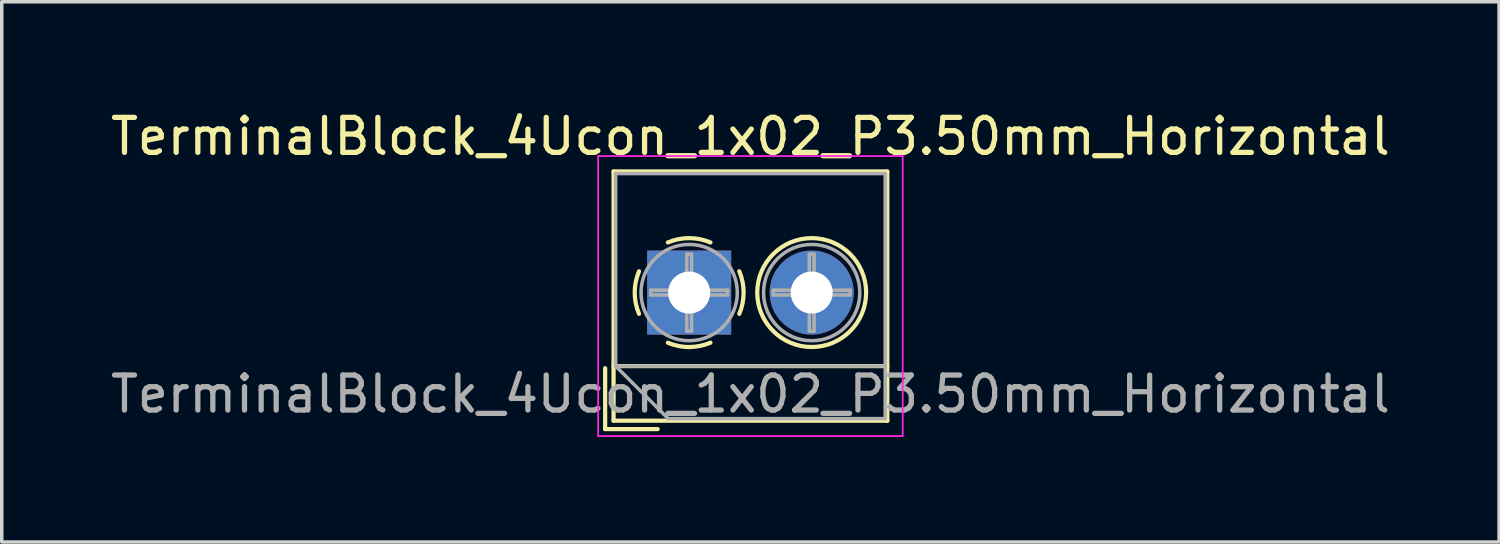
<source format=kicad_pcb>
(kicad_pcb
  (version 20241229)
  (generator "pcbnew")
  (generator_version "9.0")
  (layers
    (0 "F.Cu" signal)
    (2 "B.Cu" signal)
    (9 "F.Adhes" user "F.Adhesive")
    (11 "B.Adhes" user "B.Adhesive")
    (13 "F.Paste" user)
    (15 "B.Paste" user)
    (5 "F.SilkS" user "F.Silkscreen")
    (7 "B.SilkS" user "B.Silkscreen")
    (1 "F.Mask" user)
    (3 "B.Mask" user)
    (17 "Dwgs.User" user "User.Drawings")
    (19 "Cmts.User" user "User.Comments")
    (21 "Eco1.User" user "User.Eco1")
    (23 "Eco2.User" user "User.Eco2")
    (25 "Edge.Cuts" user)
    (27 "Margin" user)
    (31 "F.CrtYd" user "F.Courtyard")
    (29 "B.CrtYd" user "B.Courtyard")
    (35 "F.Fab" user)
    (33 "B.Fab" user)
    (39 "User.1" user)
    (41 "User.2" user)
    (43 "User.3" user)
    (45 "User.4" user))
  (footprint "TerminalBlock_4Ucon_1x02_P3.50mm_Horizontal"
    (layer "F.Cu")
    (at 16.637 5.308)
    (property "Reference" "TerminalBlock_4Ucon_1x02_P3.50mm_Horizontal" (at 1.75 -4.46 0) (layer "F.SilkS") (effects (font (size 1 1) (thickness 0.15))))
    (attr through_hole)
    (fp_line (start -2.4 2.16) (end -2.4 3.9) (stroke (width 0.12) (type solid)) (layer "F.SilkS"))
    (fp_line (start -2.4 3.9) (end -0.9 3.9) (stroke (width 0.12) (type solid)) (layer "F.SilkS"))
    (fp_line (start -2.16 -3.46) (end -2.16 3.66) (stroke (width 0.12) (type solid)) (layer "F.SilkS"))
    (fp_line (start -2.16 -3.46) (end 5.66 -3.46) (stroke (width 0.12) (type solid)) (layer "F.SilkS"))
    (fp_line (start -2.16 2.1) (end 5.66 2.1) (stroke (width 0.12) (type solid)) (layer "F.SilkS"))
    (fp_line (start -2.16 3.66) (end 5.66 3.66) (stroke (width 0.12) (type solid)) (layer "F.SilkS"))
    (fp_line (start 5.66 -3.46) (end 5.66 3.66) (stroke (width 0.12) (type solid)) (layer "F.SilkS"))
    (fp_arc (start -1.432109 0.607742) (mid -1.555727 -0.00014) (end -1.432 -0.608) (stroke (width 0.12) (type solid)) (layer "F.SilkS"))
    (fp_arc (start -0.607742 -1.432109) (mid 0.00014 -1.555727) (end 0.608 -1.432) (stroke (width 0.12) (type solid)) (layer "F.SilkS"))
    (fp_arc (start 0.027011 1.555493) (mid -0.296984 1.527118) (end -0.608 1.432) (stroke (width 0.12) (type solid)) (layer "F.SilkS"))
    (fp_arc (start 0.607587 1.431385) (mid 0.310017 1.523783) (end 0 1.555) (stroke (width 0.12) (type solid)) (layer "F.SilkS"))
    (fp_arc (start 1.432109 -0.607742) (mid 1.555727 0.00014) (end 1.432 0.608) (stroke (width 0.12) (type solid)) (layer "F.SilkS"))
    (fp_circle (center 3.5 0) (end 5.055 0) (stroke (width 0.12) (type solid)) (fill no) (layer "F.SilkS"))
    (fp_line (start -2.6 -3.9) (end -2.6 4.1) (stroke (width 0.05) (type solid)) (layer "F.CrtYd"))
    (fp_line (start -2.6 4.1) (end 6.1 4.1) (stroke (width 0.05) (type solid)) (layer "F.CrtYd"))
    (fp_line (start 6.1 -3.9) (end -2.6 -3.9) (stroke (width 0.05) (type solid)) (layer "F.CrtYd"))
    (fp_line (start 6.1 4.1) (end 6.1 -3.9) (stroke (width 0.05) (type solid)) (layer "F.CrtYd"))
    (fp_line (start -2.1 -3.4) (end 5.6 -3.4) (stroke (width 0.1) (type solid)) (layer "F.Fab"))
    (fp_line (start -2.1 2.1) (end -2.1 -3.4) (stroke (width 0.1) (type solid)) (layer "F.Fab"))
    (fp_line (start -2.1 2.1) (end 5.6 2.1) (stroke (width 0.1) (type solid)) (layer "F.Fab"))
    (fp_line (start -1.1 -0.069) (end -0.069 -0.069) (stroke (width 0.1) (type solid)) (layer "F.Fab"))
    (fp_line (start -1.1 0.069) (end -1.1 -0.069) (stroke (width 0.1) (type solid)) (layer "F.Fab"))
    (fp_line (start -0.6 3.6) (end -2.1 2.1) (stroke (width 0.1) (type solid)) (layer "F.Fab"))
    (fp_line (start -0.069 -1.1) (end 0.069 -1.1) (stroke (width 0.1) (type solid)) (layer "F.Fab"))
    (fp_line (start -0.069 -0.069) (end -0.069 -1.1) (stroke (width 0.1) (type solid)) (layer "F.Fab"))
    (fp_line (start -0.069 0.069) (end -1.1 0.069) (stroke (width 0.1) (type solid)) (layer "F.Fab"))
    (fp_line (start -0.069 1.1) (end -0.069 0.069) (stroke (width 0.1) (type solid)) (layer "F.Fab"))
    (fp_line (start 0.069 -1.1) (end 0.069 -0.069) (stroke (width 0.1) (type solid)) (layer "F.Fab"))
    (fp_line (start 0.069 -0.069) (end 1.1 -0.069) (stroke (width 0.1) (type solid)) (layer "F.Fab"))
    (fp_line (start 0.069 0.069) (end 0.069 1.1) (stroke (width 0.1) (type solid)) (layer "F.Fab"))
    (fp_line (start 0.069 1.1) (end -0.069 1.1) (stroke (width 0.1) (type solid)) (layer "F.Fab"))
    (fp_line (start 1.1 -0.069) (end 1.1 0.069) (stroke (width 0.1) (type solid)) (layer "F.Fab"))
    (fp_line (start 1.1 0.069) (end 0.069 0.069) (stroke (width 0.1) (type solid)) (layer "F.Fab"))
    (fp_line (start 2.4 -0.069) (end 3.431 -0.069) (stroke (width 0.1) (type solid)) (layer "F.Fab"))
    (fp_line (start 2.4 0.069) (end 2.4 -0.069) (stroke (width 0.1) (type solid)) (layer "F.Fab"))
    (fp_line (start 3.431 -1.1) (end 3.569 -1.1) (stroke (width 0.1) (type solid)) (layer "F.Fab"))
    (fp_line (start 3.431 -0.069) (end 3.431 -1.1) (stroke (width 0.1) (type solid)) (layer "F.Fab"))
    (fp_line (start 3.431 0.069) (end 2.4 0.069) (stroke (width 0.1) (type solid)) (layer "F.Fab"))
    (fp_line (start 3.431 1.1) (end 3.431 0.069) (stroke (width 0.1) (type solid)) (layer "F.Fab"))
    (fp_line (start 3.569 -1.1) (end 3.569 -0.069) (stroke (width 0.1) (type solid)) (layer "F.Fab"))
    (fp_line (start 3.569 -0.069) (end 4.6 -0.069) (stroke (width 0.1) (type solid)) (layer "F.Fab"))
    (fp_line (start 3.569 0.069) (end 3.569 1.1) (stroke (width 0.1) (type solid)) (layer "F.Fab"))
    (fp_line (start 3.569 1.1) (end 3.431 1.1) (stroke (width 0.1) (type solid)) (layer "F.Fab"))
    (fp_line (start 4.6 -0.069) (end 4.6 0.069) (stroke (width 0.1) (type solid)) (layer "F.Fab"))
    (fp_line (start 4.6 0.069) (end 3.569 0.069) (stroke (width 0.1) (type solid)) (layer "F.Fab"))
    (fp_line (start 5.6 -3.4) (end 5.6 3.6) (stroke (width 0.1) (type solid)) (layer "F.Fab"))
    (fp_line (start 5.6 3.6) (end -0.6 3.6) (stroke (width 0.1) (type solid)) (layer "F.Fab"))
    (fp_circle (center 0 0) (end 1.375 0) (stroke (width 0.1) (type solid)) (fill no) (layer "F.Fab"))
    (fp_circle (center 3.5 0) (end 4.875 0) (stroke (width 0.1) (type solid)) (fill no) (layer "F.Fab"))
    (fp_text user "${REFERENCE}" (at 1.75 2.9 0) (layer "F.Fab") (effects (font (size 1 1) (thickness 0.15))))
    (pad "1" thru_hole rect (at 0 0) (size 2.4 2.4) (drill 1.2) (layers "*.Cu" "*.Mask"))
    (pad "2" thru_hole circle (at 3.5 0) (size 2.4 2.4) (drill 1.2) (layers "*.Cu" "*.Mask")))
  (gr_rect
    (start -3 -3)
    (end 39.774 12.433)
    (stroke (width 0.1) (type default))
    (fill no)
    (layer "Edge.Cuts")))
</source>
